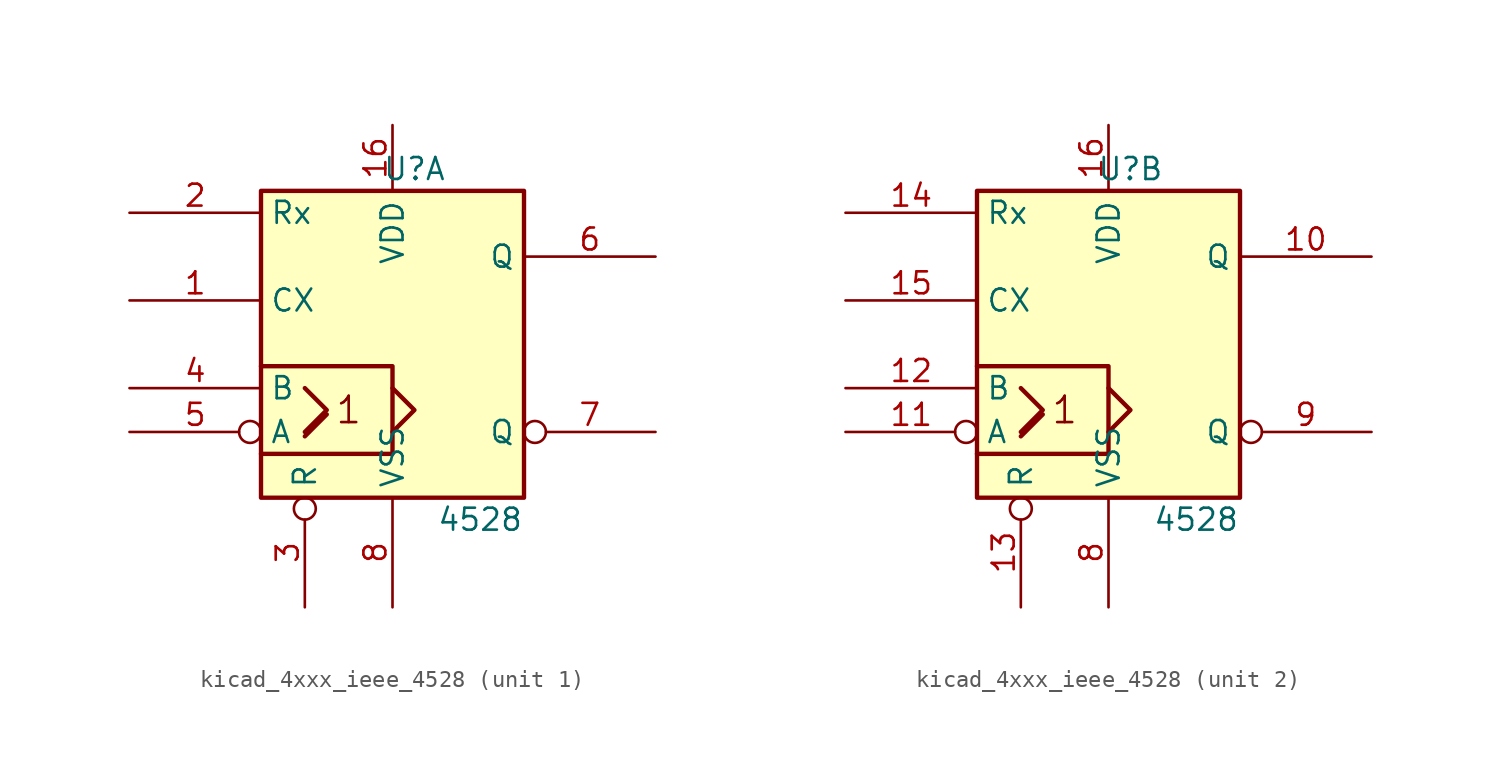
<source format=kicad_sym>
(kicad_symbol_lib
  (version 20220914)
  (generator kicad_symbol_editor)
  (symbol "kicad_4xxx_ieee_4528"
    (property "Reference" "U"
      (at 1.27 10.16 0)
      (effects (font (size 1.27 1.27))))
    (property "Value" "4528"
      (at 5.08 -10.16 0)
      (effects (font (size 1.27 1.27))))
    (symbol "kicad_4xxx_ieee_4528_0_0"
      (polyline (pts (xy -5.08 -5.334) (xy -3.81 -4.064) (xy -3.81 -4.064)) (stroke (width 0.254) (type default)) (fill (type background)))
      (polyline (pts (xy -5.08 -2.54) (xy -3.81 -3.81) (xy -5.08 -5.08) (xy -5.08 -5.08)) (stroke (width 0.254) (type default)) (fill (type background)))
      (polyline (pts (xy 0 -2.54) (xy 1.27 -3.81) (xy 0 -5.08) (xy 0 -5.08)) (stroke (width 0.254) (type default)) (fill (type background)))
      (polyline (pts (xy -7.62 -1.27) (xy 0 -1.27) (xy 0 -6.35) (xy -7.62 -6.35) (xy -7.62 -6.35)) (stroke (width 0.254) (type default)) (fill (type background)))
      (text "1" (at -2.54 -3.81 0) (effects (font (size 1.524 1.524)))))
    (symbol "kicad_4xxx_ieee_4528_0_1"
      (rectangle (start -7.62 8.89) (end 7.62 -8.89) (stroke (width 0.254) (type default)) (fill (type background))))
    (symbol "kicad_4xxx_ieee_4528_1_1"
      (pin input line (at -15.24 2.54 0) (length 7.62) (name "CX" (effects (font (size 1.27 1.27)))) (number "1" (effects (font (size 1.27 1.27)))))
      (pin power_in line (at 0 12.7 270) (length 3.81) (name "VDD" (effects (font (size 1.27 1.27)))) (number "16" (effects (font (size 1.27 1.27)))))
      (pin input line (at -15.24 7.62 0) (length 7.62) (name "Rx" (effects (font (size 1.27 1.27)))) (number "2" (effects (font (size 1.27 1.27)))))
      (pin input inverted (at -5.08 -15.24 90) (length 6.35) (name "R" (effects (font (size 1.27 1.27)))) (number "3" (effects (font (size 1.27 1.27)))))
      (pin input line (at -15.24 -2.54 0) (length 7.62) (name "B" (effects (font (size 1.27 1.27)))) (number "4" (effects (font (size 1.27 1.27)))))
      (pin input inverted (at -15.24 -5.08 0) (length 7.62) (name "A" (effects (font (size 1.27 1.27)))) (number "5" (effects (font (size 1.27 1.27)))))
      (pin output line (at 15.24 5.08 180) (length 7.62) (name "Q" (effects (font (size 1.27 1.27)))) (number "6" (effects (font (size 1.27 1.27)))))
      (pin output inverted (at 15.24 -5.08 180) (length 7.62) (name "Q" (effects (font (size 1.27 1.27)))) (number "7" (effects (font (size 1.27 1.27)))))
      (pin power_in line (at 0 -15.24 90) (length 6.35) (name "VSS" (effects (font (size 1.27 1.27)))) (number "8" (effects (font (size 1.27 1.27))))))
    (symbol "kicad_4xxx_ieee_4528_2_1"
      (pin output line (at 15.24 5.08 180) (length 7.62) (name "Q" (effects (font (size 1.27 1.27)))) (number "10" (effects (font (size 1.27 1.27)))))
      (pin input inverted (at -15.24 -5.08 0) (length 7.62) (name "A" (effects (font (size 1.27 1.27)))) (number "11" (effects (font (size 1.27 1.27)))))
      (pin input line (at -15.24 -2.54 0) (length 7.62) (name "B" (effects (font (size 1.27 1.27)))) (number "12" (effects (font (size 1.27 1.27)))))
      (pin input inverted (at -5.08 -15.24 90) (length 6.35) (name "R" (effects (font (size 1.27 1.27)))) (number "13" (effects (font (size 1.27 1.27)))))
      (pin input line (at -15.24 7.62 0) (length 7.62) (name "Rx" (effects (font (size 1.27 1.27)))) (number "14" (effects (font (size 1.27 1.27)))))
      (pin input line (at -15.24 2.54 0) (length 7.62) (name "CX" (effects (font (size 1.27 1.27)))) (number "15" (effects (font (size 1.27 1.27)))))
      (pin power_in line (at 0 12.7 270) (length 3.81) (name "VDD" (effects (font (size 1.27 1.27)))) (number "16" (effects (font (size 1.27 1.27)))))
      (pin power_in line (at 0 -15.24 90) (length 6.35) (name "VSS" (effects (font (size 1.27 1.27)))) (number "8" (effects (font (size 1.27 1.27)))))
      (pin output inverted (at 15.24 -5.08 180) (length 7.62) (name "Q" (effects (font (size 1.27 1.27)))) (number "9" (effects (font (size 1.27 1.27))))))))
</source>
